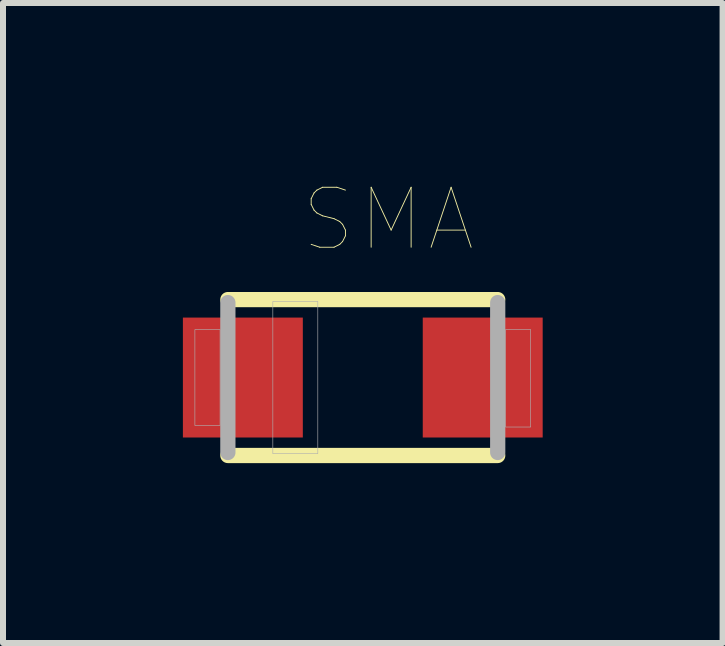
<source format=kicad_pcb>
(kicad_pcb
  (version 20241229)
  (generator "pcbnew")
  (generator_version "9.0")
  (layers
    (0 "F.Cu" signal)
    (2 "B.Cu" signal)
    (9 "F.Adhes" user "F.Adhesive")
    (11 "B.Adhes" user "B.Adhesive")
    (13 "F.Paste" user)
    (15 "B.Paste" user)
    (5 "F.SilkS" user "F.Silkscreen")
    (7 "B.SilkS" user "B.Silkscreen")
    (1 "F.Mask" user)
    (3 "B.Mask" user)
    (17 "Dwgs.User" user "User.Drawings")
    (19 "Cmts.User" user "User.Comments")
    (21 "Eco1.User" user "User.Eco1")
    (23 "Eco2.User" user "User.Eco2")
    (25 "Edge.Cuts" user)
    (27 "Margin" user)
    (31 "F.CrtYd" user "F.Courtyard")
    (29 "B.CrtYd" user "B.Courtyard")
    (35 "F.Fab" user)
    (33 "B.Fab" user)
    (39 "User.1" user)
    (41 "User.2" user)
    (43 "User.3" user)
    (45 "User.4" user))
  (footprint "SMA"
    (layer "F.Cu")
    (at 3 3.246)
    (property "Reference" "SMA" (at 0.425 -2.635 0) (layer "F.SilkS") (effects (font (size 1 1) (thickness 0.015))))
    (attr through_hole)
    (fp_line (start -2.25 -1.3) (end 2.25 -1.3) (stroke (width 0.254) (type solid)) (layer "F.SilkS"))
    (fp_line (start 2.25 1.3) (end -2.25 1.3) (stroke (width 0.254) (type solid)) (layer "F.SilkS"))
    (fp_line (start -2.25 1.25) (end -2.25 -1.25) (stroke (width 0.254) (type solid)) (layer "F.Fab"))
    (fp_line (start 2.25 -1.25) (end 2.25 1.25) (stroke (width 0.254) (type solid)) (layer "F.Fab"))
    (fp_poly (pts (xy -2.8 -0.8) (xy -2.38 -0.8) (xy -2.38 0.8) (xy -2.8 0.8)) (stroke (width 0.01) (type solid)) (fill no) (layer "F.Fab"))
    (fp_poly (pts (xy -1.5 -1.27) (xy -0.75 -1.27) (xy -0.75 1.27) (xy -1.5 1.27)) (stroke (width 0.01) (type solid)) (fill no) (layer "F.Fab"))
    (fp_poly (pts (xy 2.38 -0.8) (xy 2.8 -0.8) (xy 2.8 0.825) (xy 2.38 0.825)) (stroke (width 0.01) (type solid)) (fill no) (layer "F.Fab"))
    (pad "A" smd rect (at 2 0) (size 2 2) (layers "F.Cu" "F.Mask" "F.Paste"))
    (pad "C" smd rect (at -2 0) (size 2 2) (layers "F.Cu" "F.Mask" "F.Paste")))
  (gr_rect
    (start -3 -3)
    (end 9 7.673)
    (stroke (width 0.1) (type default))
    (fill no)
    (layer "Edge.Cuts")))
</source>
